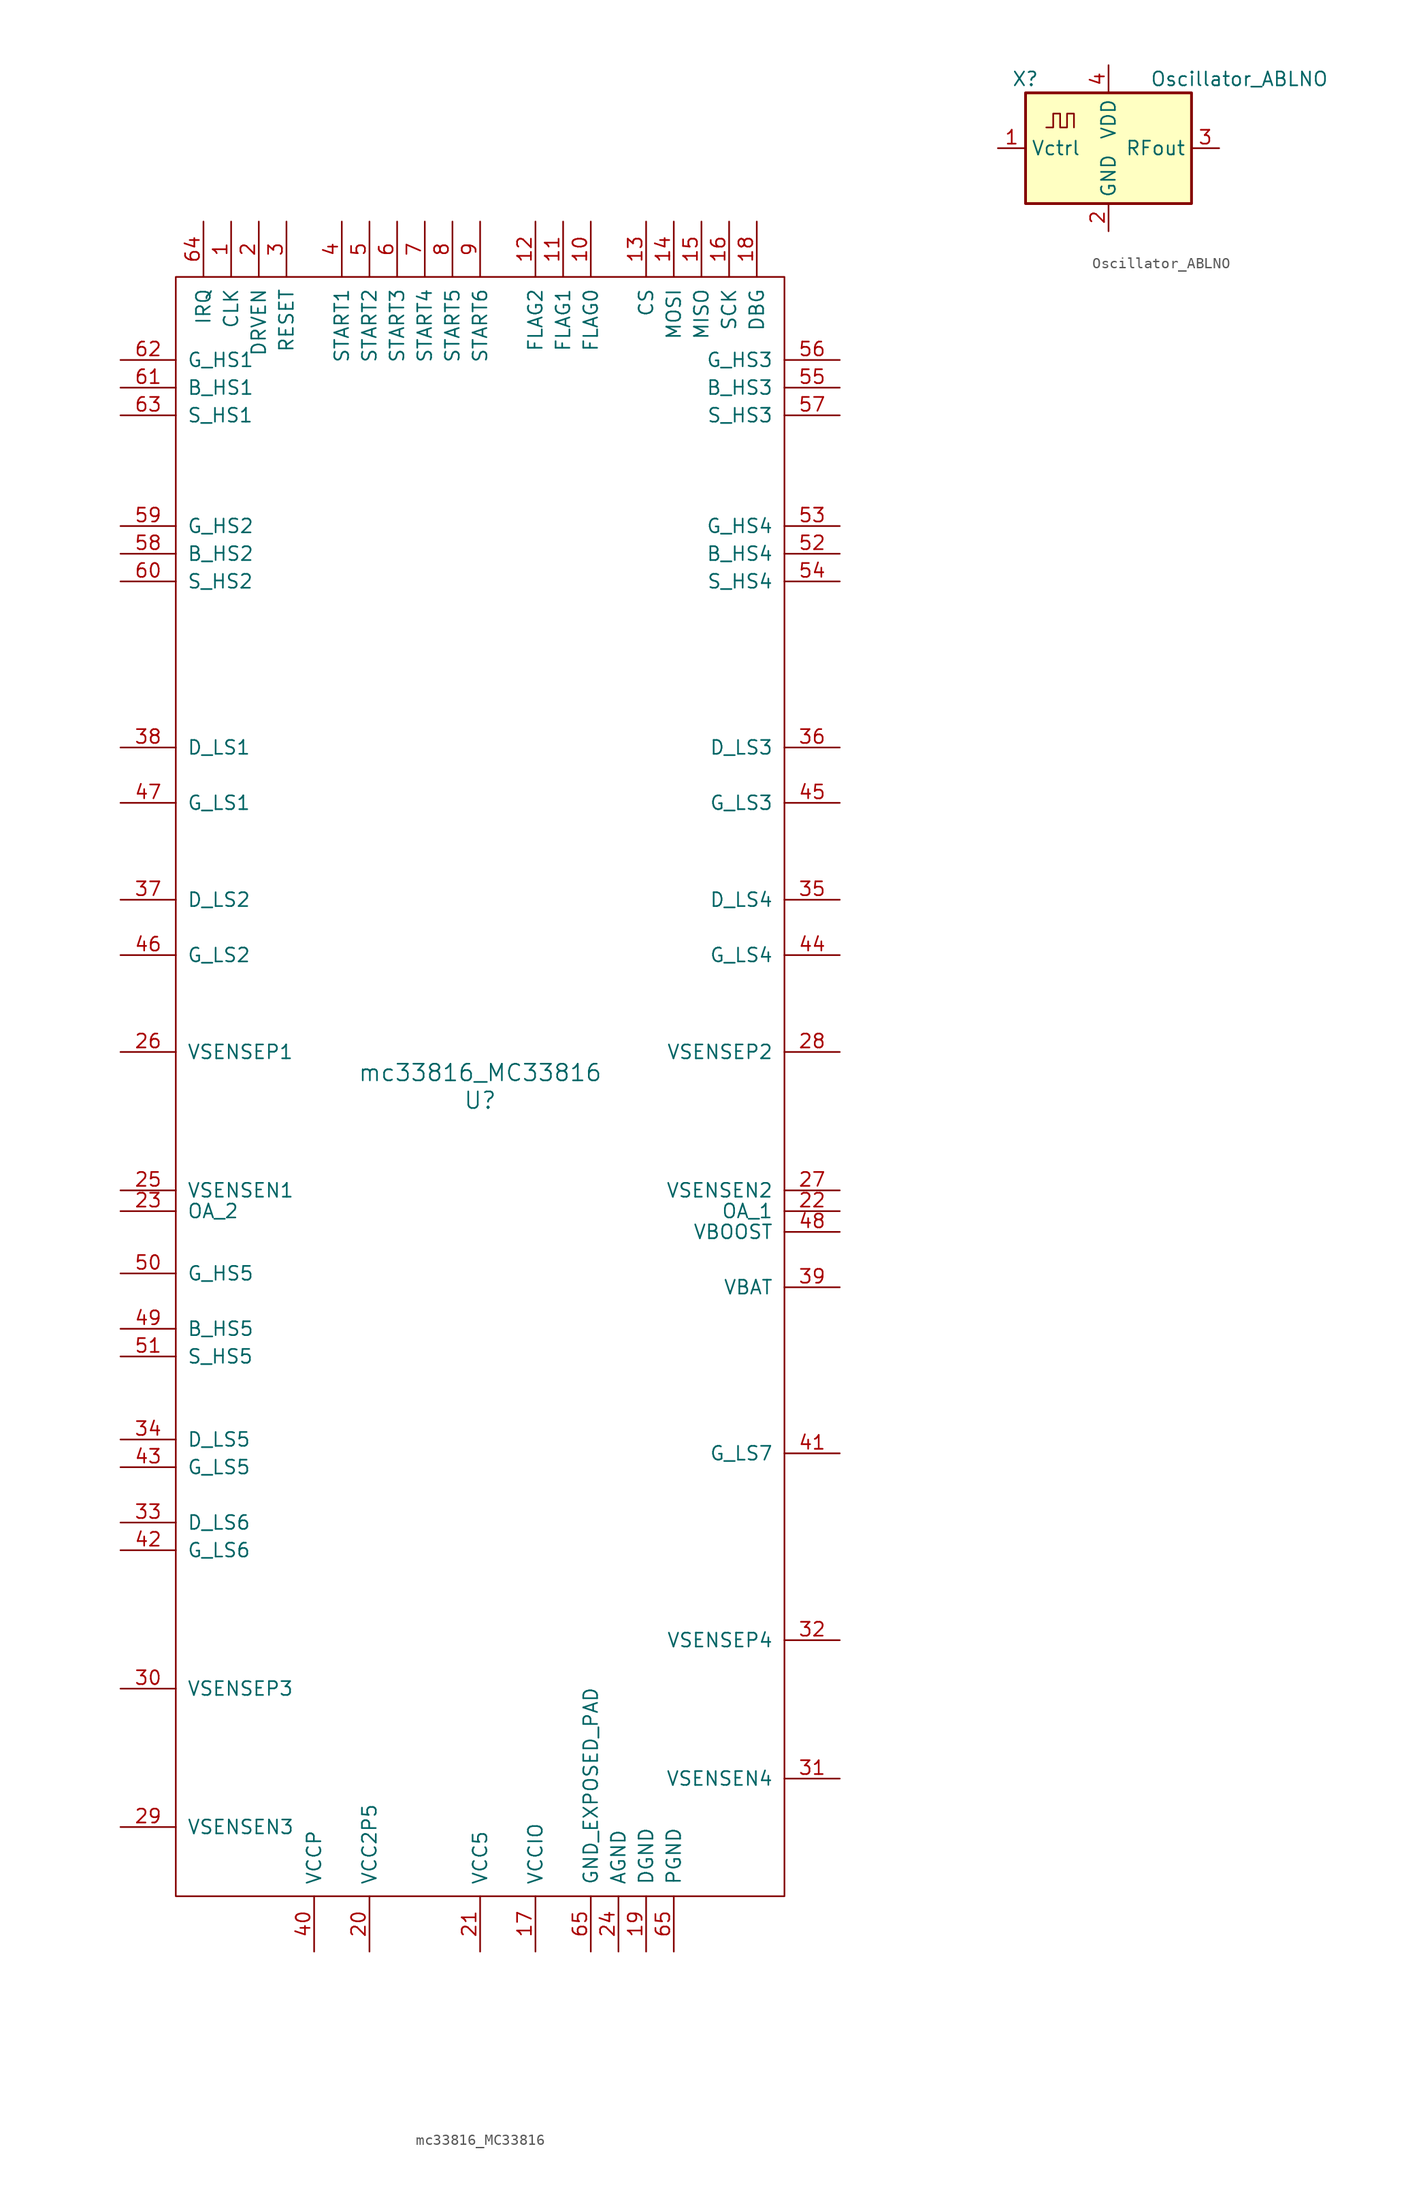
<source format=kicad_sym>
(kicad_symbol_lib
  (version 20211014)
  (generator kicad_symbol_editor)
  (symbol "mc33816_MC33816"
    (pin_names
      (offset 1.016))
    (property "Reference" "U"
      (at 0 -1.27 0)
      (effects (font (size 1.524 1.524))))
    (property "Value" "mc33816_MC33816"
      (at 0 1.27 0)
      (effects (font (size 1.524 1.524))))
    (symbol "mc33816_MC33816_0_1"
      (rectangle (start -27.94 74.295) (end 27.94 -74.295) (stroke (width 0) (type default) (color 0 0 0 0)) (fill (type none))))
    (symbol "mc33816_MC33816_1_1"
      (pin input line (at -22.86 79.375 270) (length 5.08) (name "CLK" (effects (font (size 1.27 1.27)))) (number "1" (effects (font (size 1.27 1.27)))))
      (pin input line (at 10.16 79.375 270) (length 5.08) (name "FLAG0" (effects (font (size 1.27 1.27)))) (number "10" (effects (font (size 1.27 1.27)))))
      (pin input line (at 7.62 79.375 270) (length 5.08) (name "FLAG1" (effects (font (size 1.27 1.27)))) (number "11" (effects (font (size 1.27 1.27)))))
      (pin input line (at 5.08 79.375 270) (length 5.08) (name "FLAG2" (effects (font (size 1.27 1.27)))) (number "12" (effects (font (size 1.27 1.27)))))
      (pin input line (at 15.24 79.375 270) (length 5.08) (name "CS" (effects (font (size 1.27 1.27)))) (number "13" (effects (font (size 1.27 1.27)))))
      (pin input line (at 17.78 79.375 270) (length 5.08) (name "MOSI" (effects (font (size 1.27 1.27)))) (number "14" (effects (font (size 1.27 1.27)))))
      (pin input line (at 20.32 79.375 270) (length 5.08) (name "MISO" (effects (font (size 1.27 1.27)))) (number "15" (effects (font (size 1.27 1.27)))))
      (pin input line (at 22.86 79.375 270) (length 5.08) (name "SCK" (effects (font (size 1.27 1.27)))) (number "16" (effects (font (size 1.27 1.27)))))
      (pin input line (at 5.08 -79.375 90) (length 5.08) (name "VCCIO" (effects (font (size 1.27 1.27)))) (number "17" (effects (font (size 1.27 1.27)))))
      (pin input line (at 25.4 79.375 270) (length 5.08) (name "DBG" (effects (font (size 1.27 1.27)))) (number "18" (effects (font (size 1.27 1.27)))))
      (pin input line (at 15.24 -79.375 90) (length 5.08) (name "DGND" (effects (font (size 1.27 1.27)))) (number "19" (effects (font (size 1.27 1.27)))))
      (pin input line (at -20.32 79.375 270) (length 5.08) (name "DRVEN" (effects (font (size 1.27 1.27)))) (number "2" (effects (font (size 1.27 1.27)))))
      (pin input line (at -10.16 -79.375 90) (length 5.08) (name "VCC2P5" (effects (font (size 1.27 1.27)))) (number "20" (effects (font (size 1.27 1.27)))))
      (pin input line (at 0 -79.375 90) (length 5.08) (name "VCC5" (effects (font (size 1.27 1.27)))) (number "21" (effects (font (size 1.27 1.27)))))
      (pin input line (at 33.02 -11.43 180) (length 5.08) (name "OA_1" (effects (font (size 1.27 1.27)))) (number "22" (effects (font (size 1.27 1.27)))))
      (pin input line (at -33.02 -11.43 0) (length 5.08) (name "OA_2" (effects (font (size 1.27 1.27)))) (number "23" (effects (font (size 1.27 1.27)))))
      (pin input line (at 12.7 -79.375 90) (length 5.08) (name "AGND" (effects (font (size 1.27 1.27)))) (number "24" (effects (font (size 1.27 1.27)))))
      (pin input line (at -33.02 -9.525 0) (length 5.08) (name "VSENSEN1" (effects (font (size 1.27 1.27)))) (number "25" (effects (font (size 1.27 1.27)))))
      (pin input line (at -33.02 3.175 0) (length 5.08) (name "VSENSEP1" (effects (font (size 1.27 1.27)))) (number "26" (effects (font (size 1.27 1.27)))))
      (pin input line (at 33.02 -9.525 180) (length 5.08) (name "VSENSEN2" (effects (font (size 1.27 1.27)))) (number "27" (effects (font (size 1.27 1.27)))))
      (pin input line (at 33.02 3.175 180) (length 5.08) (name "VSENSEP2" (effects (font (size 1.27 1.27)))) (number "28" (effects (font (size 1.27 1.27)))))
      (pin input line (at -33.02 -67.945 0) (length 5.08) (name "VSENSEN3" (effects (font (size 1.27 1.27)))) (number "29" (effects (font (size 1.27 1.27)))))
      (pin input line (at -17.78 79.375 270) (length 5.08) (name "RESET" (effects (font (size 1.27 1.27)))) (number "3" (effects (font (size 1.27 1.27)))))
      (pin input line (at -33.02 -55.245 0) (length 5.08) (name "VSENSEP3" (effects (font (size 1.27 1.27)))) (number "30" (effects (font (size 1.27 1.27)))))
      (pin input line (at 33.02 -63.5 180) (length 5.08) (name "VSENSEN4" (effects (font (size 1.27 1.27)))) (number "31" (effects (font (size 1.27 1.27)))))
      (pin input line (at 33.02 -50.8 180) (length 5.08) (name "VSENSEP4" (effects (font (size 1.27 1.27)))) (number "32" (effects (font (size 1.27 1.27)))))
      (pin input line (at -33.02 -40.005 0) (length 5.08) (name "D_LS6" (effects (font (size 1.27 1.27)))) (number "33" (effects (font (size 1.27 1.27)))))
      (pin input line (at -33.02 -32.385 0) (length 5.08) (name "D_LS5" (effects (font (size 1.27 1.27)))) (number "34" (effects (font (size 1.27 1.27)))))
      (pin input line (at 33.02 17.145 180) (length 5.08) (name "D_LS4" (effects (font (size 1.27 1.27)))) (number "35" (effects (font (size 1.27 1.27)))))
      (pin input line (at 33.02 31.115 180) (length 5.08) (name "D_LS3" (effects (font (size 1.27 1.27)))) (number "36" (effects (font (size 1.27 1.27)))))
      (pin input line (at -33.02 17.145 0) (length 5.08) (name "D_LS2" (effects (font (size 1.27 1.27)))) (number "37" (effects (font (size 1.27 1.27)))))
      (pin input line (at -33.02 31.115 0) (length 5.08) (name "D_LS1" (effects (font (size 1.27 1.27)))) (number "38" (effects (font (size 1.27 1.27)))))
      (pin input line (at 33.02 -18.415 180) (length 5.08) (name "VBAT" (effects (font (size 1.27 1.27)))) (number "39" (effects (font (size 1.27 1.27)))))
      (pin input line (at -12.7 79.375 270) (length 5.08) (name "START1" (effects (font (size 1.27 1.27)))) (number "4" (effects (font (size 1.27 1.27)))))
      (pin input line (at -15.24 -79.375 90) (length 5.08) (name "VCCP" (effects (font (size 1.27 1.27)))) (number "40" (effects (font (size 1.27 1.27)))))
      (pin input line (at 33.02 -33.655 180) (length 5.08) (name "G_LS7" (effects (font (size 1.27 1.27)))) (number "41" (effects (font (size 1.27 1.27)))))
      (pin input line (at -33.02 -42.545 0) (length 5.08) (name "G_LS6" (effects (font (size 1.27 1.27)))) (number "42" (effects (font (size 1.27 1.27)))))
      (pin input line (at -33.02 -34.925 0) (length 5.08) (name "G_LS5" (effects (font (size 1.27 1.27)))) (number "43" (effects (font (size 1.27 1.27)))))
      (pin input line (at 33.02 12.065 180) (length 5.08) (name "G_LS4" (effects (font (size 1.27 1.27)))) (number "44" (effects (font (size 1.27 1.27)))))
      (pin input line (at 33.02 26.035 180) (length 5.08) (name "G_LS3" (effects (font (size 1.27 1.27)))) (number "45" (effects (font (size 1.27 1.27)))))
      (pin input line (at -33.02 12.065 0) (length 5.08) (name "G_LS2" (effects (font (size 1.27 1.27)))) (number "46" (effects (font (size 1.27 1.27)))))
      (pin input line (at -33.02 26.035 0) (length 5.08) (name "G_LS1" (effects (font (size 1.27 1.27)))) (number "47" (effects (font (size 1.27 1.27)))))
      (pin input line (at 33.02 -13.335 180) (length 5.08) (name "VBOOST" (effects (font (size 1.27 1.27)))) (number "48" (effects (font (size 1.27 1.27)))))
      (pin input line (at -33.02 -22.225 0) (length 5.08) (name "B_HS5" (effects (font (size 1.27 1.27)))) (number "49" (effects (font (size 1.27 1.27)))))
      (pin input line (at -10.16 79.375 270) (length 5.08) (name "START2" (effects (font (size 1.27 1.27)))) (number "5" (effects (font (size 1.27 1.27)))))
      (pin input line (at -33.02 -17.145 0) (length 5.08) (name "G_HS5" (effects (font (size 1.27 1.27)))) (number "50" (effects (font (size 1.27 1.27)))))
      (pin input line (at -33.02 -24.765 0) (length 5.08) (name "S_HS5" (effects (font (size 1.27 1.27)))) (number "51" (effects (font (size 1.27 1.27)))))
      (pin input line (at 33.02 48.895 180) (length 5.08) (name "B_HS4" (effects (font (size 1.27 1.27)))) (number "52" (effects (font (size 1.27 1.27)))))
      (pin input line (at 33.02 51.435 180) (length 5.08) (name "G_HS4" (effects (font (size 1.27 1.27)))) (number "53" (effects (font (size 1.27 1.27)))))
      (pin input line (at 33.02 46.355 180) (length 5.08) (name "S_HS4" (effects (font (size 1.27 1.27)))) (number "54" (effects (font (size 1.27 1.27)))))
      (pin input line (at 33.02 64.135 180) (length 5.08) (name "B_HS3" (effects (font (size 1.27 1.27)))) (number "55" (effects (font (size 1.27 1.27)))))
      (pin input line (at 33.02 66.675 180) (length 5.08) (name "G_HS3" (effects (font (size 1.27 1.27)))) (number "56" (effects (font (size 1.27 1.27)))))
      (pin input line (at 33.02 61.595 180) (length 5.08) (name "S_HS3" (effects (font (size 1.27 1.27)))) (number "57" (effects (font (size 1.27 1.27)))))
      (pin input line (at -33.02 48.895 0) (length 5.08) (name "B_HS2" (effects (font (size 1.27 1.27)))) (number "58" (effects (font (size 1.27 1.27)))))
      (pin input line (at -33.02 51.435 0) (length 5.08) (name "G_HS2" (effects (font (size 1.27 1.27)))) (number "59" (effects (font (size 1.27 1.27)))))
      (pin input line (at -7.62 79.375 270) (length 5.08) (name "START3" (effects (font (size 1.27 1.27)))) (number "6" (effects (font (size 1.27 1.27)))))
      (pin input line (at -33.02 46.355 0) (length 5.08) (name "S_HS2" (effects (font (size 1.27 1.27)))) (number "60" (effects (font (size 1.27 1.27)))))
      (pin input line (at -33.02 64.135 0) (length 5.08) (name "B_HS1" (effects (font (size 1.27 1.27)))) (number "61" (effects (font (size 1.27 1.27)))))
      (pin input line (at -33.02 66.675 0) (length 5.08) (name "G_HS1" (effects (font (size 1.27 1.27)))) (number "62" (effects (font (size 1.27 1.27)))))
      (pin input line (at -33.02 61.595 0) (length 5.08) (name "S_HS1" (effects (font (size 1.27 1.27)))) (number "63" (effects (font (size 1.27 1.27)))))
      (pin input line (at -25.4 79.375 270) (length 5.08) (name "IRQ" (effects (font (size 1.27 1.27)))) (number "64" (effects (font (size 1.27 1.27)))))
      (pin input line (at 10.16 -79.375 90) (length 5.08) (name "GND_EXPOSED_PAD" (effects (font (size 1.27 1.27)))) (number "65" (effects (font (size 1.27 1.27)))))
      (pin input line (at 17.78 -79.375 90) (length 5.08) (name "PGND" (effects (font (size 1.27 1.27)))) (number "65" (effects (font (size 1.27 1.27)))))
      (pin input line (at -5.08 79.375 270) (length 5.08) (name "START4" (effects (font (size 1.27 1.27)))) (number "7" (effects (font (size 1.27 1.27)))))
      (pin input line (at -2.54 79.375 270) (length 5.08) (name "START5" (effects (font (size 1.27 1.27)))) (number "8" (effects (font (size 1.27 1.27)))))
      (pin input line (at 0 79.375 270) (length 5.08) (name "START6" (effects (font (size 1.27 1.27)))) (number "9" (effects (font (size 1.27 1.27)))))))
  (symbol "Oscillator_ABLNO"
    (property "Reference" "X"
      (at -8.89 6.35 0)
      (effects (font (size 1.27 1.27)) (justify left)))
    (property "Value" "Oscillator_ABLNO"
      (at 3.81 6.35 0)
      (effects (font (size 1.27 1.27)) (justify left)))
    (symbol "Oscillator_ABLNO_0_1"
      (rectangle (start -7.62 5.08) (end 7.62 -5.08) (stroke (width 0.254) (type default) (color 0 0 0 0)) (fill (type background)))
      (polyline (pts (xy -5.715 1.905) (xy -5.08 1.905) (xy -5.08 3.175) (xy -4.445 3.175) (xy -4.445 1.905) (xy -3.81 1.905) (xy -3.81 3.175) (xy -3.175 3.175) (xy -3.175 1.905)) (stroke (width 0) (type default) (color 0 0 0 0)) (fill (type none))))
    (symbol "Oscillator_ABLNO_1_1"
      (pin input line (at -10.16 0 0) (length 2.54) (name "Vctrl" (effects (font (size 1.27 1.27)))) (number "1" (effects (font (size 1.27 1.27)))))
      (pin power_in line (at 0 -7.62 90) (length 2.54) (name "GND" (effects (font (size 1.27 1.27)))) (number "2" (effects (font (size 1.27 1.27)))))
      (pin output line (at 10.16 0 180) (length 2.54) (name "RFout" (effects (font (size 1.27 1.27)))) (number "3" (effects (font (size 1.27 1.27)))))
      (pin power_in line (at 0 7.62 270) (length 2.54) (name "VDD" (effects (font (size 1.27 1.27)))) (number "4" (effects (font (size 1.27 1.27))))))))
</source>
